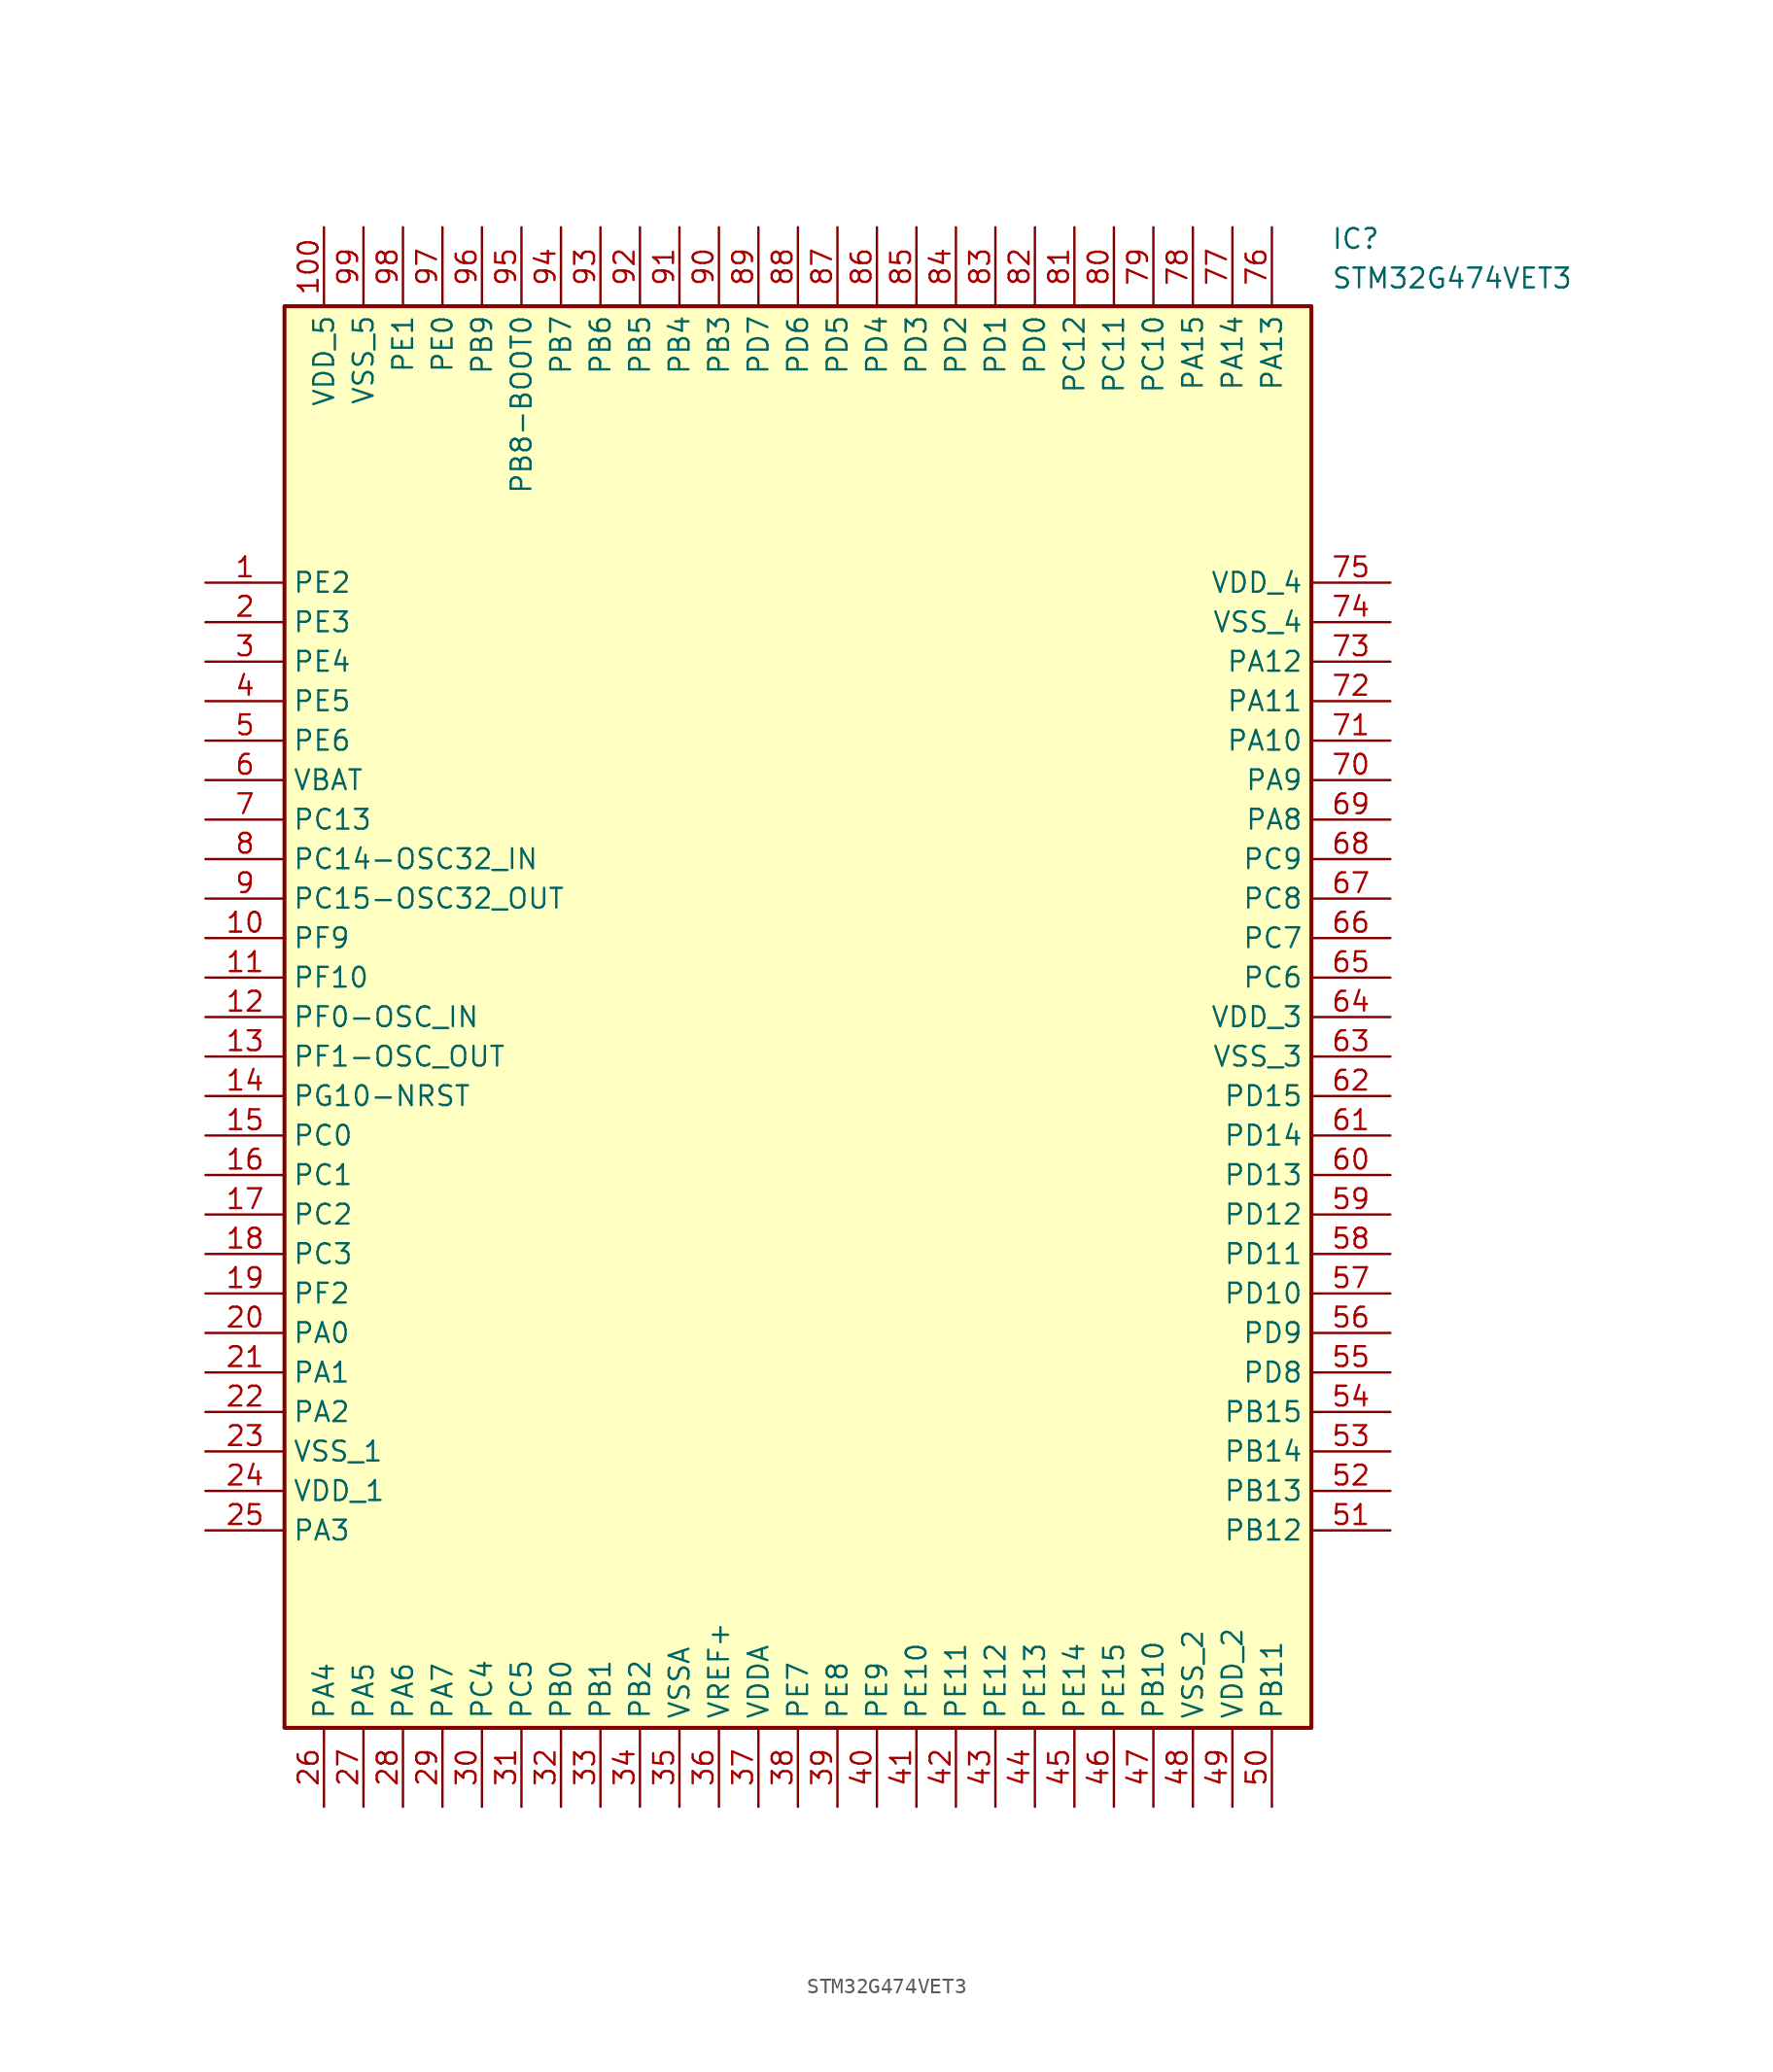
<source format=kicad_sym>
(kicad_symbol_lib
  (version 20241209)
  (generator "kicad_symbol_editor")
  (generator_version "9.0")
  (symbol "STM32G474VET3"
    (property "Reference" "IC"
      (at 72.39 22.86 0)
      (effects (font (size 1.27 1.27)) (justify left top)))
    (property "Value" "STM32G474VET3"
      (at 72.39 20.32 0)
      (effects (font (size 1.27 1.27)) (justify left top)))
    (symbol "STM32G474VET3_1_1"
      (rectangle (start 5.08 17.78) (end 71.12 -73.66) (stroke (width 0.254) (type default)) (fill (type background)))
      (pin passive line (at 0 0 0) (length 5.08) (name "PE2" (effects (font (size 1.27 1.27)))) (number "1" (effects (font (size 1.27 1.27)))))
      (pin passive line (at 0 -2.54 0) (length 5.08) (name "PE3" (effects (font (size 1.27 1.27)))) (number "2" (effects (font (size 1.27 1.27)))))
      (pin passive line (at 0 -5.08 0) (length 5.08) (name "PE4" (effects (font (size 1.27 1.27)))) (number "3" (effects (font (size 1.27 1.27)))))
      (pin passive line (at 0 -7.62 0) (length 5.08) (name "PE5" (effects (font (size 1.27 1.27)))) (number "4" (effects (font (size 1.27 1.27)))))
      (pin passive line (at 0 -10.16 0) (length 5.08) (name "PE6" (effects (font (size 1.27 1.27)))) (number "5" (effects (font (size 1.27 1.27)))))
      (pin passive line (at 0 -12.7 0) (length 5.08) (name "VBAT" (effects (font (size 1.27 1.27)))) (number "6" (effects (font (size 1.27 1.27)))))
      (pin passive line (at 0 -15.24 0) (length 5.08) (name "PC13" (effects (font (size 1.27 1.27)))) (number "7" (effects (font (size 1.27 1.27)))))
      (pin passive line (at 0 -17.78 0) (length 5.08) (name "PC14-OSC32_IN" (effects (font (size 1.27 1.27)))) (number "8" (effects (font (size 1.27 1.27)))))
      (pin passive line (at 0 -20.32 0) (length 5.08) (name "PC15-OSC32_OUT" (effects (font (size 1.27 1.27)))) (number "9" (effects (font (size 1.27 1.27)))))
      (pin passive line (at 0 -22.86 0) (length 5.08) (name "PF9" (effects (font (size 1.27 1.27)))) (number "10" (effects (font (size 1.27 1.27)))))
      (pin passive line (at 0 -25.4 0) (length 5.08) (name "PF10" (effects (font (size 1.27 1.27)))) (number "11" (effects (font (size 1.27 1.27)))))
      (pin passive line (at 0 -27.94 0) (length 5.08) (name "PF0-OSC_IN" (effects (font (size 1.27 1.27)))) (number "12" (effects (font (size 1.27 1.27)))))
      (pin passive line (at 0 -30.48 0) (length 5.08) (name "PF1-OSC_OUT" (effects (font (size 1.27 1.27)))) (number "13" (effects (font (size 1.27 1.27)))))
      (pin passive line (at 0 -33.02 0) (length 5.08) (name "PG10-NRST" (effects (font (size 1.27 1.27)))) (number "14" (effects (font (size 1.27 1.27)))))
      (pin passive line (at 0 -35.56 0) (length 5.08) (name "PC0" (effects (font (size 1.27 1.27)))) (number "15" (effects (font (size 1.27 1.27)))))
      (pin passive line (at 0 -38.1 0) (length 5.08) (name "PC1" (effects (font (size 1.27 1.27)))) (number "16" (effects (font (size 1.27 1.27)))))
      (pin passive line (at 0 -40.64 0) (length 5.08) (name "PC2" (effects (font (size 1.27 1.27)))) (number "17" (effects (font (size 1.27 1.27)))))
      (pin passive line (at 0 -43.18 0) (length 5.08) (name "PC3" (effects (font (size 1.27 1.27)))) (number "18" (effects (font (size 1.27 1.27)))))
      (pin passive line (at 0 -45.72 0) (length 5.08) (name "PF2" (effects (font (size 1.27 1.27)))) (number "19" (effects (font (size 1.27 1.27)))))
      (pin passive line (at 0 -48.26 0) (length 5.08) (name "PA0" (effects (font (size 1.27 1.27)))) (number "20" (effects (font (size 1.27 1.27)))))
      (pin passive line (at 0 -50.8 0) (length 5.08) (name "PA1" (effects (font (size 1.27 1.27)))) (number "21" (effects (font (size 1.27 1.27)))))
      (pin passive line (at 0 -53.34 0) (length 5.08) (name "PA2" (effects (font (size 1.27 1.27)))) (number "22" (effects (font (size 1.27 1.27)))))
      (pin passive line (at 0 -55.88 0) (length 5.08) (name "VSS_1" (effects (font (size 1.27 1.27)))) (number "23" (effects (font (size 1.27 1.27)))))
      (pin passive line (at 0 -58.42 0) (length 5.08) (name "VDD_1" (effects (font (size 1.27 1.27)))) (number "24" (effects (font (size 1.27 1.27)))))
      (pin passive line (at 0 -60.96 0) (length 5.08) (name "PA3" (effects (font (size 1.27 1.27)))) (number "25" (effects (font (size 1.27 1.27)))))
      (pin passive line (at 7.62 22.86 270) (length 5.08) (name "VDD_5" (effects (font (size 1.27 1.27)))) (number "100" (effects (font (size 1.27 1.27)))))
      (pin passive line (at 7.62 -78.74 90) (length 5.08) (name "PA4" (effects (font (size 1.27 1.27)))) (number "26" (effects (font (size 1.27 1.27)))))
      (pin passive line (at 10.16 22.86 270) (length 5.08) (name "VSS_5" (effects (font (size 1.27 1.27)))) (number "99" (effects (font (size 1.27 1.27)))))
      (pin passive line (at 10.16 -78.74 90) (length 5.08) (name "PA5" (effects (font (size 1.27 1.27)))) (number "27" (effects (font (size 1.27 1.27)))))
      (pin passive line (at 12.7 22.86 270) (length 5.08) (name "PE1" (effects (font (size 1.27 1.27)))) (number "98" (effects (font (size 1.27 1.27)))))
      (pin passive line (at 12.7 -78.74 90) (length 5.08) (name "PA6" (effects (font (size 1.27 1.27)))) (number "28" (effects (font (size 1.27 1.27)))))
      (pin passive line (at 15.24 22.86 270) (length 5.08) (name "PE0" (effects (font (size 1.27 1.27)))) (number "97" (effects (font (size 1.27 1.27)))))
      (pin passive line (at 15.24 -78.74 90) (length 5.08) (name "PA7" (effects (font (size 1.27 1.27)))) (number "29" (effects (font (size 1.27 1.27)))))
      (pin passive line (at 17.78 22.86 270) (length 5.08) (name "PB9" (effects (font (size 1.27 1.27)))) (number "96" (effects (font (size 1.27 1.27)))))
      (pin passive line (at 17.78 -78.74 90) (length 5.08) (name "PC4" (effects (font (size 1.27 1.27)))) (number "30" (effects (font (size 1.27 1.27)))))
      (pin passive line (at 20.32 22.86 270) (length 5.08) (name "PB8-BOOT0" (effects (font (size 1.27 1.27)))) (number "95" (effects (font (size 1.27 1.27)))))
      (pin passive line (at 20.32 -78.74 90) (length 5.08) (name "PC5" (effects (font (size 1.27 1.27)))) (number "31" (effects (font (size 1.27 1.27)))))
      (pin passive line (at 22.86 22.86 270) (length 5.08) (name "PB7" (effects (font (size 1.27 1.27)))) (number "94" (effects (font (size 1.27 1.27)))))
      (pin passive line (at 22.86 -78.74 90) (length 5.08) (name "PB0" (effects (font (size 1.27 1.27)))) (number "32" (effects (font (size 1.27 1.27)))))
      (pin passive line (at 25.4 22.86 270) (length 5.08) (name "PB6" (effects (font (size 1.27 1.27)))) (number "93" (effects (font (size 1.27 1.27)))))
      (pin passive line (at 25.4 -78.74 90) (length 5.08) (name "PB1" (effects (font (size 1.27 1.27)))) (number "33" (effects (font (size 1.27 1.27)))))
      (pin passive line (at 27.94 22.86 270) (length 5.08) (name "PB5" (effects (font (size 1.27 1.27)))) (number "92" (effects (font (size 1.27 1.27)))))
      (pin passive line (at 27.94 -78.74 90) (length 5.08) (name "PB2" (effects (font (size 1.27 1.27)))) (number "34" (effects (font (size 1.27 1.27)))))
      (pin passive line (at 30.48 22.86 270) (length 5.08) (name "PB4" (effects (font (size 1.27 1.27)))) (number "91" (effects (font (size 1.27 1.27)))))
      (pin passive line (at 30.48 -78.74 90) (length 5.08) (name "VSSA" (effects (font (size 1.27 1.27)))) (number "35" (effects (font (size 1.27 1.27)))))
      (pin passive line (at 33.02 22.86 270) (length 5.08) (name "PB3" (effects (font (size 1.27 1.27)))) (number "90" (effects (font (size 1.27 1.27)))))
      (pin passive line (at 33.02 -78.74 90) (length 5.08) (name "VREF+" (effects (font (size 1.27 1.27)))) (number "36" (effects (font (size 1.27 1.27)))))
      (pin passive line (at 35.56 22.86 270) (length 5.08) (name "PD7" (effects (font (size 1.27 1.27)))) (number "89" (effects (font (size 1.27 1.27)))))
      (pin passive line (at 35.56 -78.74 90) (length 5.08) (name "VDDA" (effects (font (size 1.27 1.27)))) (number "37" (effects (font (size 1.27 1.27)))))
      (pin passive line (at 38.1 22.86 270) (length 5.08) (name "PD6" (effects (font (size 1.27 1.27)))) (number "88" (effects (font (size 1.27 1.27)))))
      (pin passive line (at 38.1 -78.74 90) (length 5.08) (name "PE7" (effects (font (size 1.27 1.27)))) (number "38" (effects (font (size 1.27 1.27)))))
      (pin passive line (at 40.64 22.86 270) (length 5.08) (name "PD5" (effects (font (size 1.27 1.27)))) (number "87" (effects (font (size 1.27 1.27)))))
      (pin passive line (at 40.64 -78.74 90) (length 5.08) (name "PE8" (effects (font (size 1.27 1.27)))) (number "39" (effects (font (size 1.27 1.27)))))
      (pin passive line (at 43.18 22.86 270) (length 5.08) (name "PD4" (effects (font (size 1.27 1.27)))) (number "86" (effects (font (size 1.27 1.27)))))
      (pin passive line (at 43.18 -78.74 90) (length 5.08) (name "PE9" (effects (font (size 1.27 1.27)))) (number "40" (effects (font (size 1.27 1.27)))))
      (pin passive line (at 45.72 22.86 270) (length 5.08) (name "PD3" (effects (font (size 1.27 1.27)))) (number "85" (effects (font (size 1.27 1.27)))))
      (pin passive line (at 45.72 -78.74 90) (length 5.08) (name "PE10" (effects (font (size 1.27 1.27)))) (number "41" (effects (font (size 1.27 1.27)))))
      (pin passive line (at 48.26 22.86 270) (length 5.08) (name "PD2" (effects (font (size 1.27 1.27)))) (number "84" (effects (font (size 1.27 1.27)))))
      (pin passive line (at 48.26 -78.74 90) (length 5.08) (name "PE11" (effects (font (size 1.27 1.27)))) (number "42" (effects (font (size 1.27 1.27)))))
      (pin passive line (at 50.8 22.86 270) (length 5.08) (name "PD1" (effects (font (size 1.27 1.27)))) (number "83" (effects (font (size 1.27 1.27)))))
      (pin passive line (at 50.8 -78.74 90) (length 5.08) (name "PE12" (effects (font (size 1.27 1.27)))) (number "43" (effects (font (size 1.27 1.27)))))
      (pin passive line (at 53.34 22.86 270) (length 5.08) (name "PD0" (effects (font (size 1.27 1.27)))) (number "82" (effects (font (size 1.27 1.27)))))
      (pin passive line (at 53.34 -78.74 90) (length 5.08) (name "PE13" (effects (font (size 1.27 1.27)))) (number "44" (effects (font (size 1.27 1.27)))))
      (pin passive line (at 55.88 22.86 270) (length 5.08) (name "PC12" (effects (font (size 1.27 1.27)))) (number "81" (effects (font (size 1.27 1.27)))))
      (pin passive line (at 55.88 -78.74 90) (length 5.08) (name "PE14" (effects (font (size 1.27 1.27)))) (number "45" (effects (font (size 1.27 1.27)))))
      (pin passive line (at 58.42 22.86 270) (length 5.08) (name "PC11" (effects (font (size 1.27 1.27)))) (number "80" (effects (font (size 1.27 1.27)))))
      (pin passive line (at 58.42 -78.74 90) (length 5.08) (name "PE15" (effects (font (size 1.27 1.27)))) (number "46" (effects (font (size 1.27 1.27)))))
      (pin passive line (at 60.96 22.86 270) (length 5.08) (name "PC10" (effects (font (size 1.27 1.27)))) (number "79" (effects (font (size 1.27 1.27)))))
      (pin passive line (at 60.96 -78.74 90) (length 5.08) (name "PB10" (effects (font (size 1.27 1.27)))) (number "47" (effects (font (size 1.27 1.27)))))
      (pin passive line (at 63.5 22.86 270) (length 5.08) (name "PA15" (effects (font (size 1.27 1.27)))) (number "78" (effects (font (size 1.27 1.27)))))
      (pin passive line (at 63.5 -78.74 90) (length 5.08) (name "VSS_2" (effects (font (size 1.27 1.27)))) (number "48" (effects (font (size 1.27 1.27)))))
      (pin passive line (at 66.04 22.86 270) (length 5.08) (name "PA14" (effects (font (size 1.27 1.27)))) (number "77" (effects (font (size 1.27 1.27)))))
      (pin passive line (at 66.04 -78.74 90) (length 5.08) (name "VDD_2" (effects (font (size 1.27 1.27)))) (number "49" (effects (font (size 1.27 1.27)))))
      (pin passive line (at 68.58 22.86 270) (length 5.08) (name "PA13" (effects (font (size 1.27 1.27)))) (number "76" (effects (font (size 1.27 1.27)))))
      (pin passive line (at 68.58 -78.74 90) (length 5.08) (name "PB11" (effects (font (size 1.27 1.27)))) (number "50" (effects (font (size 1.27 1.27)))))
      (pin passive line (at 76.2 0 180) (length 5.08) (name "VDD_4" (effects (font (size 1.27 1.27)))) (number "75" (effects (font (size 1.27 1.27)))))
      (pin passive line (at 76.2 -2.54 180) (length 5.08) (name "VSS_4" (effects (font (size 1.27 1.27)))) (number "74" (effects (font (size 1.27 1.27)))))
      (pin passive line (at 76.2 -5.08 180) (length 5.08) (name "PA12" (effects (font (size 1.27 1.27)))) (number "73" (effects (font (size 1.27 1.27)))))
      (pin passive line (at 76.2 -7.62 180) (length 5.08) (name "PA11" (effects (font (size 1.27 1.27)))) (number "72" (effects (font (size 1.27 1.27)))))
      (pin passive line (at 76.2 -10.16 180) (length 5.08) (name "PA10" (effects (font (size 1.27 1.27)))) (number "71" (effects (font (size 1.27 1.27)))))
      (pin passive line (at 76.2 -12.7 180) (length 5.08) (name "PA9" (effects (font (size 1.27 1.27)))) (number "70" (effects (font (size 1.27 1.27)))))
      (pin passive line (at 76.2 -15.24 180) (length 5.08) (name "PA8" (effects (font (size 1.27 1.27)))) (number "69" (effects (font (size 1.27 1.27)))))
      (pin passive line (at 76.2 -17.78 180) (length 5.08) (name "PC9" (effects (font (size 1.27 1.27)))) (number "68" (effects (font (size 1.27 1.27)))))
      (pin passive line (at 76.2 -20.32 180) (length 5.08) (name "PC8" (effects (font (size 1.27 1.27)))) (number "67" (effects (font (size 1.27 1.27)))))
      (pin passive line (at 76.2 -22.86 180) (length 5.08) (name "PC7" (effects (font (size 1.27 1.27)))) (number "66" (effects (font (size 1.27 1.27)))))
      (pin passive line (at 76.2 -25.4 180) (length 5.08) (name "PC6" (effects (font (size 1.27 1.27)))) (number "65" (effects (font (size 1.27 1.27)))))
      (pin passive line (at 76.2 -27.94 180) (length 5.08) (name "VDD_3" (effects (font (size 1.27 1.27)))) (number "64" (effects (font (size 1.27 1.27)))))
      (pin passive line (at 76.2 -30.48 180) (length 5.08) (name "VSS_3" (effects (font (size 1.27 1.27)))) (number "63" (effects (font (size 1.27 1.27)))))
      (pin passive line (at 76.2 -33.02 180) (length 5.08) (name "PD15" (effects (font (size 1.27 1.27)))) (number "62" (effects (font (size 1.27 1.27)))))
      (pin passive line (at 76.2 -35.56 180) (length 5.08) (name "PD14" (effects (font (size 1.27 1.27)))) (number "61" (effects (font (size 1.27 1.27)))))
      (pin passive line (at 76.2 -38.1 180) (length 5.08) (name "PD13" (effects (font (size 1.27 1.27)))) (number "60" (effects (font (size 1.27 1.27)))))
      (pin passive line (at 76.2 -40.64 180) (length 5.08) (name "PD12" (effects (font (size 1.27 1.27)))) (number "59" (effects (font (size 1.27 1.27)))))
      (pin passive line (at 76.2 -43.18 180) (length 5.08) (name "PD11" (effects (font (size 1.27 1.27)))) (number "58" (effects (font (size 1.27 1.27)))))
      (pin passive line (at 76.2 -45.72 180) (length 5.08) (name "PD10" (effects (font (size 1.27 1.27)))) (number "57" (effects (font (size 1.27 1.27)))))
      (pin passive line (at 76.2 -48.26 180) (length 5.08) (name "PD9" (effects (font (size 1.27 1.27)))) (number "56" (effects (font (size 1.27 1.27)))))
      (pin passive line (at 76.2 -50.8 180) (length 5.08) (name "PD8" (effects (font (size 1.27 1.27)))) (number "55" (effects (font (size 1.27 1.27)))))
      (pin passive line (at 76.2 -53.34 180) (length 5.08) (name "PB15" (effects (font (size 1.27 1.27)))) (number "54" (effects (font (size 1.27 1.27)))))
      (pin passive line (at 76.2 -55.88 180) (length 5.08) (name "PB14" (effects (font (size 1.27 1.27)))) (number "53" (effects (font (size 1.27 1.27)))))
      (pin passive line (at 76.2 -58.42 180) (length 5.08) (name "PB13" (effects (font (size 1.27 1.27)))) (number "52" (effects (font (size 1.27 1.27)))))
      (pin passive line (at 76.2 -60.96 180) (length 5.08) (name "PB12" (effects (font (size 1.27 1.27)))) (number "51" (effects (font (size 1.27 1.27))))))))
</source>
